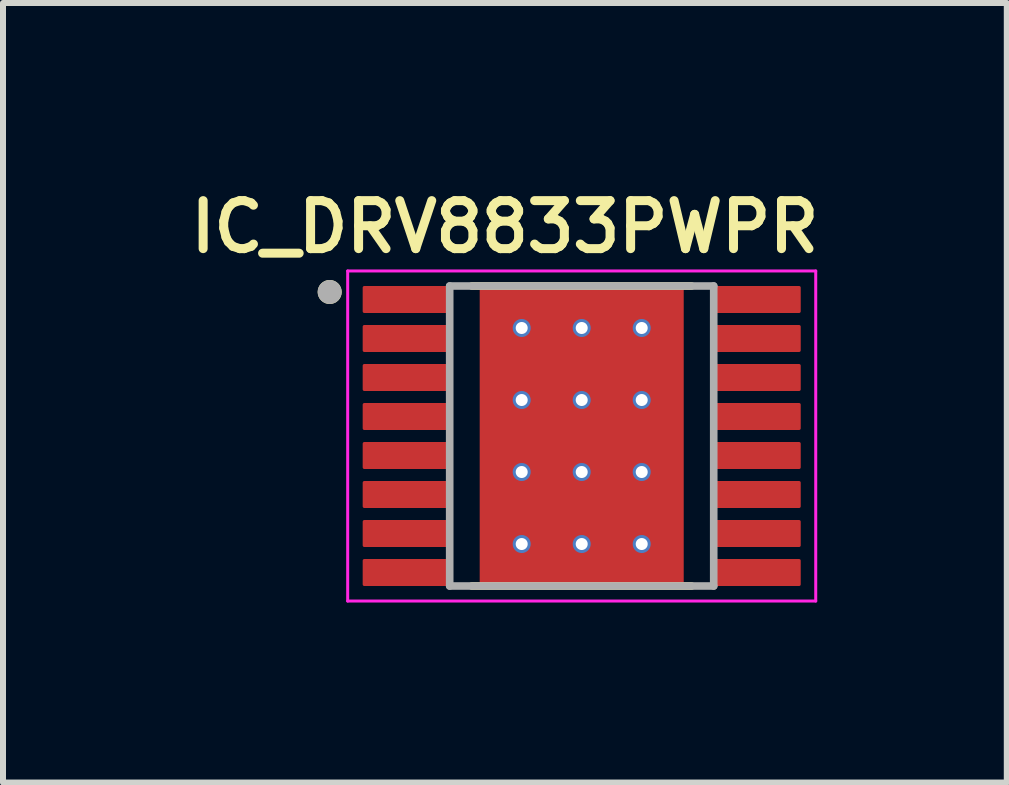
<source format=kicad_pcb>
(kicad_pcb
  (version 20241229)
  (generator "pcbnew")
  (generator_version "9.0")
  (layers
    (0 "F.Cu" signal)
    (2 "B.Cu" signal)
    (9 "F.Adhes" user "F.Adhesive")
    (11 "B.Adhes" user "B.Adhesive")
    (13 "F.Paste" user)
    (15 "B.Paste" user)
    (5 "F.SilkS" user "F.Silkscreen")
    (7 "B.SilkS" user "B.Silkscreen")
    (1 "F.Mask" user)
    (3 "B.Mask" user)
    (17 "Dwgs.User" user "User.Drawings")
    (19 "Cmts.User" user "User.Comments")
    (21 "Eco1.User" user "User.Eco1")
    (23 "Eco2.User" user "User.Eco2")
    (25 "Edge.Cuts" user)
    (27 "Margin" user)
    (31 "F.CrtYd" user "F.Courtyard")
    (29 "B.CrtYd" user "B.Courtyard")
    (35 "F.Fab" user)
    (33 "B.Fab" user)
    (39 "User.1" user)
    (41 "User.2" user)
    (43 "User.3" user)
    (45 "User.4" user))
  (footprint "IC_DRV8833PWPR"
    (layer "F.Cu")
    (at 6.644 4.216)
    (property "Reference" "IC_DRV8833PWPR" (at -1.28 -3.485 0) (layer "F.SilkS") (effects (font (size 0.8 0.8) (thickness 0.15))))
    (attr through_hole)
    (fp_poly (pts (xy -1.23 -1.155) (xy 1.23 -1.155) (xy 1.23 1.155) (xy -1.23 1.155)) (stroke (width 0.01) (type solid)) (fill yes) (layer "F.Mask"))
    (fp_line (start -1.83 -2.5) (end 1.83 -2.5) (stroke (width 0.127) (type solid)) (layer "F.SilkS"))
    (fp_line (start -1.83 2.5) (end 1.83 2.5) (stroke (width 0.127) (type solid)) (layer "F.SilkS"))
    (fp_circle (center -4.2 -2.4) (end -4.1 -2.4) (stroke (width 0.2) (type solid)) (fill no) (layer "F.SilkS"))
    (fp_poly (pts (xy -1.23 -1.155) (xy 1.23 -1.155) (xy 1.23 1.155) (xy -1.23 1.155)) (stroke (width 0.01) (type solid)) (fill yes) (layer "F.Paste"))
    (fp_line (start -3.9 -2.75) (end -3.9 2.75) (stroke (width 0.05) (type solid)) (layer "F.CrtYd"))
    (fp_line (start -3.9 -2.75) (end 3.9 -2.75) (stroke (width 0.05) (type solid)) (layer "F.CrtYd"))
    (fp_line (start -3.9 2.75) (end 3.9 2.75) (stroke (width 0.05) (type solid)) (layer "F.CrtYd"))
    (fp_line (start 3.9 -2.75) (end 3.9 2.75) (stroke (width 0.05) (type solid)) (layer "F.CrtYd"))
    (fp_line (start -2.2 -2.5) (end -2.2 2.5) (stroke (width 0.127) (type solid)) (layer "F.Fab"))
    (fp_line (start -2.2 -2.5) (end 2.2 -2.5) (stroke (width 0.127) (type solid)) (layer "F.Fab"))
    (fp_line (start -2.2 2.5) (end 2.2 2.5) (stroke (width 0.127) (type solid)) (layer "F.Fab"))
    (fp_line (start 2.2 -2.5) (end 2.2 2.5) (stroke (width 0.127) (type solid)) (layer "F.Fab"))
    (fp_circle (center -4.2 -2.4) (end -4.1 -2.4) (stroke (width 0.2) (type solid)) (fill no) (layer "F.Fab"))
    (pad "1" smd roundrect (at -2.9 -2.275) (size 1.5 0.45) (layers "F.Cu" "F.Mask" "F.Paste") (roundrect_rratio 0.06))
    (pad "2" smd roundrect (at -2.9 -1.625) (size 1.5 0.45) (layers "F.Cu" "F.Mask" "F.Paste") (roundrect_rratio 0.06))
    (pad "3" smd roundrect (at -2.9 -0.975) (size 1.5 0.45) (layers "F.Cu" "F.Mask" "F.Paste") (roundrect_rratio 0.06))
    (pad "4" smd roundrect (at -2.9 -0.325) (size 1.5 0.45) (layers "F.Cu" "F.Mask" "F.Paste") (roundrect_rratio 0.06))
    (pad "5" smd roundrect (at -2.9 0.325) (size 1.5 0.45) (layers "F.Cu" "F.Mask" "F.Paste") (roundrect_rratio 0.06))
    (pad "6" smd roundrect (at -2.9 0.975) (size 1.5 0.45) (layers "F.Cu" "F.Mask" "F.Paste") (roundrect_rratio 0.06))
    (pad "7" smd roundrect (at -2.9 1.625) (size 1.5 0.45) (layers "F.Cu" "F.Mask" "F.Paste") (roundrect_rratio 0.06))
    (pad "8" smd roundrect (at -2.9 2.275) (size 1.5 0.45) (layers "F.Cu" "F.Mask" "F.Paste") (roundrect_rratio 0.06))
    (pad "9" smd roundrect (at 2.9 2.275) (size 1.5 0.45) (layers "F.Cu" "F.Mask" "F.Paste") (roundrect_rratio 0.06))
    (pad "10" smd roundrect (at 2.9 1.625) (size 1.5 0.45) (layers "F.Cu" "F.Mask" "F.Paste") (roundrect_rratio 0.06))
    (pad "11" smd roundrect (at 2.9 0.975) (size 1.5 0.45) (layers "F.Cu" "F.Mask" "F.Paste") (roundrect_rratio 0.06))
    (pad "12" smd roundrect (at 2.9 0.325) (size 1.5 0.45) (layers "F.Cu" "F.Mask" "F.Paste") (roundrect_rratio 0.06))
    (pad "13" smd roundrect (at 2.9 -0.325) (size 1.5 0.45) (layers "F.Cu" "F.Mask" "F.Paste") (roundrect_rratio 0.06))
    (pad "14" smd roundrect (at 2.9 -0.975) (size 1.5 0.45) (layers "F.Cu" "F.Mask" "F.Paste") (roundrect_rratio 0.06))
    (pad "15" smd roundrect (at 2.9 -1.625) (size 1.5 0.45) (layers "F.Cu" "F.Mask" "F.Paste") (roundrect_rratio 0.06))
    (pad "16" smd roundrect (at 2.9 -2.275) (size 1.5 0.45) (layers "F.Cu" "F.Mask" "F.Paste") (roundrect_rratio 0.06))
    (pad "17" smd rect (at 0 0) (size 3.4 5) (layers "F.Cu"))
    (pad "18" thru_hole circle (at -1 -1.8) (size 0.3 0.3) (drill 0.2) (layers "*.Cu"))
    (pad "19" thru_hole circle (at 0 -1.8) (size 0.3 0.3) (drill 0.2) (layers "*.Cu"))
    (pad "20" thru_hole circle (at 1 -1.8) (size 0.3 0.3) (drill 0.2) (layers "*.Cu"))
    (pad "21" thru_hole circle (at -1 -0.6) (size 0.3 0.3) (drill 0.2) (layers "*.Cu"))
    (pad "22" thru_hole circle (at 0 -0.6) (size 0.3 0.3) (drill 0.2) (layers "*.Cu"))
    (pad "23" thru_hole circle (at 1 -0.6) (size 0.3 0.3) (drill 0.2) (layers "*.Cu"))
    (pad "24" thru_hole circle (at -1 0.6) (size 0.3 0.3) (drill 0.2) (layers "*.Cu"))
    (pad "25" thru_hole circle (at 0 0.6) (size 0.3 0.3) (drill 0.2) (layers "*.Cu"))
    (pad "26" thru_hole circle (at 1 0.6) (size 0.3 0.3) (drill 0.2) (layers "*.Cu"))
    (pad "27" thru_hole circle (at -1 1.8) (size 0.3 0.3) (drill 0.2) (layers "*.Cu"))
    (pad "28" thru_hole circle (at 0 1.8) (size 0.3 0.3) (drill 0.2) (layers "*.Cu"))
    (pad "29" thru_hole circle (at 1 1.8) (size 0.3 0.3) (drill 0.2) (layers "*.Cu")))
  (gr_rect
    (start -3 -3)
    (end 13.728 9.991)
    (stroke (width 0.1) (type default))
    (fill no)
    (layer "Edge.Cuts")))
</source>
